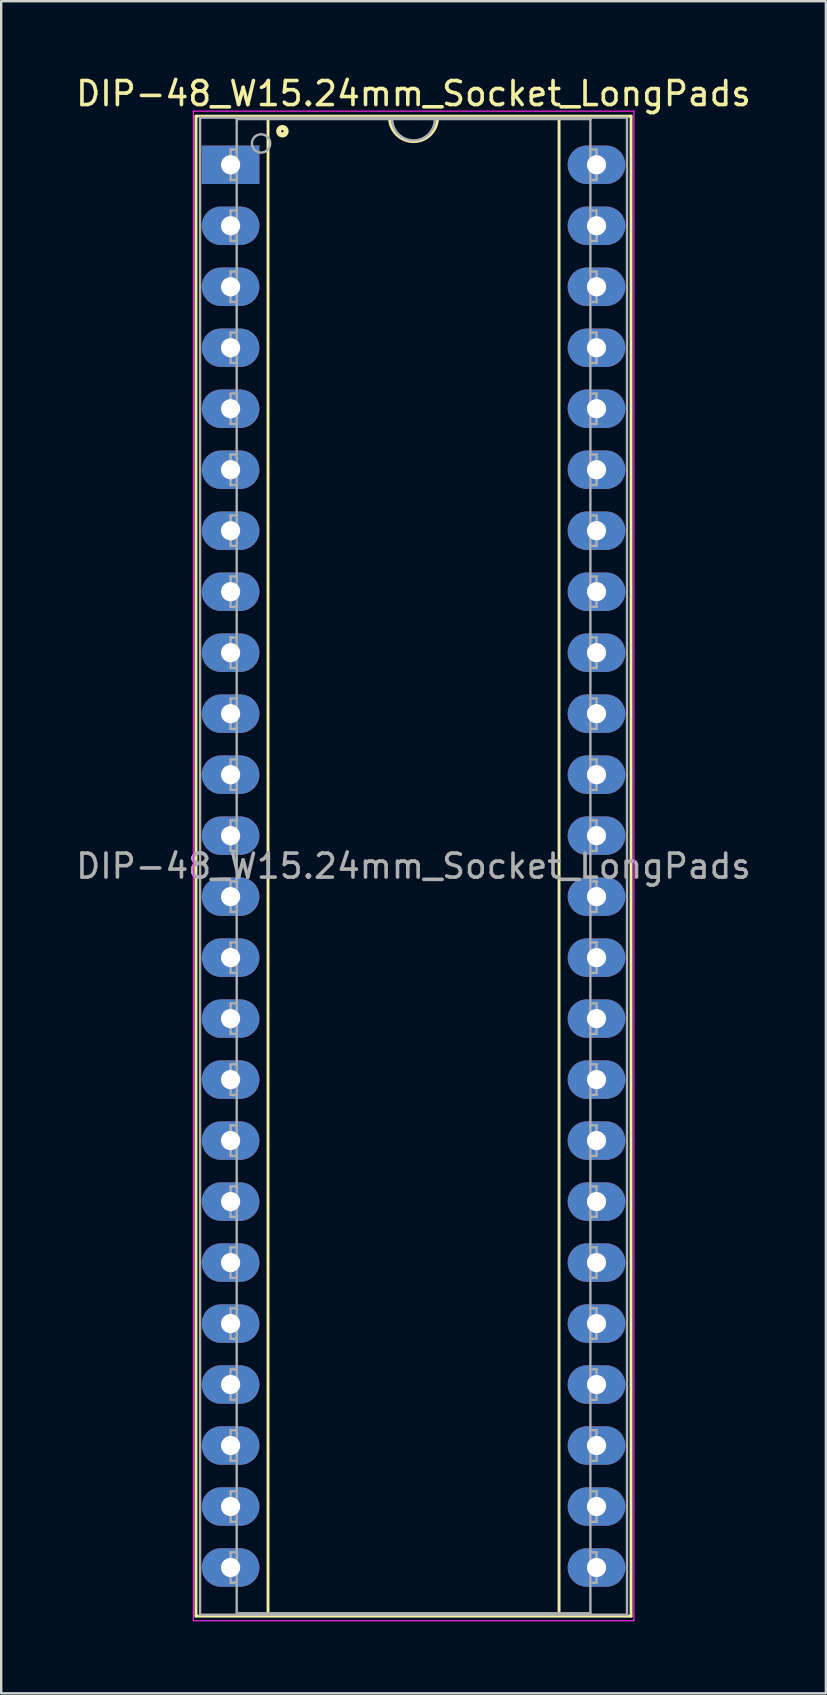
<source format=kicad_pcb>
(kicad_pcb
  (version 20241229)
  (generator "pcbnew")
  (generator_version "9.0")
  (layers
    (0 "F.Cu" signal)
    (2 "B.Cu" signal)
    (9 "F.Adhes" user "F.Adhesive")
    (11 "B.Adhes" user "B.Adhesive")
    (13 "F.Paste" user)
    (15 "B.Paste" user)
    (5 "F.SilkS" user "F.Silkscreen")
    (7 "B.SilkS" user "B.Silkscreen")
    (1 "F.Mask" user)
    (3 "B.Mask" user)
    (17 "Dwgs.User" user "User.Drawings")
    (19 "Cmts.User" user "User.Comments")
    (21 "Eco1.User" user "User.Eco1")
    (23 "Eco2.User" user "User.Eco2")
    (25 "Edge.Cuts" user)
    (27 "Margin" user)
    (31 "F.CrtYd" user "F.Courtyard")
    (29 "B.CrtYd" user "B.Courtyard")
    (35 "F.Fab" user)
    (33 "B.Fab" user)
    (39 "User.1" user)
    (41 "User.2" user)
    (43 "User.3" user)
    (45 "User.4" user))
  (footprint "DIP-48_W15.24mm_Socket_LongPads"
    (layer "F.Cu")
    (at 6.553 3.813)
    (property "Reference" "DIP-48_W15.24mm_Socket_LongPads" (at 7.62 -2.965 0) (layer "F.SilkS") (effects (font (size 1 1) (thickness 0.15))))
    (attr through_hole)
    (fp_line (start -1.44 -2.025) (end -1.44 60.445) (stroke (width 0.12) (type solid)) (layer "F.SilkS"))
    (fp_line (start -1.44 60.445) (end 16.68 60.445) (stroke (width 0.12) (type solid)) (layer "F.SilkS"))
    (fp_line (start 1.56 -1.965) (end 1.56 60.385) (stroke (width 0.12) (type solid)) (layer "F.SilkS"))
    (fp_line (start 1.56 60.385) (end 13.68 60.385) (stroke (width 0.12) (type solid)) (layer "F.SilkS"))
    (fp_line (start 6.62 -1.965) (end 1.56 -1.965) (stroke (width 0.12) (type solid)) (layer "F.SilkS"))
    (fp_line (start 13.68 -1.965) (end 8.62 -1.965) (stroke (width 0.12) (type solid)) (layer "F.SilkS"))
    (fp_line (start 13.68 60.385) (end 13.68 -1.965) (stroke (width 0.12) (type solid)) (layer "F.SilkS"))
    (fp_line (start 16.68 -2.025) (end -1.44 -2.025) (stroke (width 0.12) (type solid)) (layer "F.SilkS"))
    (fp_line (start 16.68 60.445) (end 16.68 -2.025) (stroke (width 0.12) (type solid)) (layer "F.SilkS"))
    (fp_arc (start 8.62 -1.965) (mid 7.62 -0.965) (end 6.62 -1.965) (stroke (width 0.12) (type solid)) (layer "F.SilkS"))
    (fp_circle (center 2.159 -1.397) (end 2.209 -1.397) (stroke (width 0.12) (type solid)) (fill no) (layer "F.SilkS"))
    (fp_circle (center 2.159 -1.397) (end 2.284 -1.397) (stroke (width 0.12) (type solid)) (fill no) (layer "F.SilkS"))
    (fp_circle (center 2.159 -1.397) (end 2.359 -1.397) (stroke (width 0.12) (type solid)) (fill no) (layer "F.SilkS"))
    (fp_line (start -1.55 -2.235) (end -1.55 60.635) (stroke (width 0.05) (type solid)) (layer "F.CrtYd"))
    (fp_line (start -1.55 60.635) (end 16.8 60.635) (stroke (width 0.05) (type solid)) (layer "F.CrtYd"))
    (fp_line (start 16.8 -2.235) (end -1.55 -2.235) (stroke (width 0.05) (type solid)) (layer "F.CrtYd"))
    (fp_line (start 16.8 60.635) (end 16.8 -2.235) (stroke (width 0.05) (type solid)) (layer "F.CrtYd"))
    (fp_line (start -1.27 -1.965) (end -1.27 60.385) (stroke (width 0.1) (type solid)) (layer "F.Fab"))
    (fp_line (start -1.27 60.385) (end 16.51 60.385) (stroke (width 0.1) (type solid)) (layer "F.Fab"))
    (fp_line (start 0 -0.635) (end 0 0.635) (stroke (width 0.1) (type solid)) (layer "F.Fab"))
    (fp_line (start 0 -0.635) (end 0.254 -0.635) (stroke (width 0.1) (type solid)) (layer "F.Fab"))
    (fp_line (start 0 0.635) (end 0.254 0.635) (stroke (width 0.1) (type solid)) (layer "F.Fab"))
    (fp_line (start 0 1.905) (end 0 3.175) (stroke (width 0.1) (type solid)) (layer "F.Fab"))
    (fp_line (start 0 1.905) (end 0.254 1.905) (stroke (width 0.1) (type solid)) (layer "F.Fab"))
    (fp_line (start 0 3.175) (end 0.254 3.175) (stroke (width 0.1) (type solid)) (layer "F.Fab"))
    (fp_line (start 0 4.445) (end 0 5.715) (stroke (width 0.1) (type solid)) (layer "F.Fab"))
    (fp_line (start 0 4.445) (end 0.254 4.445) (stroke (width 0.1) (type solid)) (layer "F.Fab"))
    (fp_line (start 0 5.715) (end 0.254 5.715) (stroke (width 0.1) (type solid)) (layer "F.Fab"))
    (fp_line (start 0 6.985) (end 0 8.255) (stroke (width 0.1) (type solid)) (layer "F.Fab"))
    (fp_line (start 0 6.985) (end 0.254 6.985) (stroke (width 0.1) (type solid)) (layer "F.Fab"))
    (fp_line (start 0 8.255) (end 0.254 8.255) (stroke (width 0.1) (type solid)) (layer "F.Fab"))
    (fp_line (start 0 9.525) (end 0 10.795) (stroke (width 0.1) (type solid)) (layer "F.Fab"))
    (fp_line (start 0 9.525) (end 0.254 9.525) (stroke (width 0.1) (type solid)) (layer "F.Fab"))
    (fp_line (start 0 10.795) (end 0.254 10.795) (stroke (width 0.1) (type solid)) (layer "F.Fab"))
    (fp_line (start 0 12.065) (end 0 13.335) (stroke (width 0.1) (type solid)) (layer "F.Fab"))
    (fp_line (start 0 12.065) (end 0.254 12.065) (stroke (width 0.1) (type solid)) (layer "F.Fab"))
    (fp_line (start 0 13.335) (end 0.254 13.335) (stroke (width 0.1) (type solid)) (layer "F.Fab"))
    (fp_line (start 0 14.605) (end 0 15.875) (stroke (width 0.1) (type solid)) (layer "F.Fab"))
    (fp_line (start 0 14.605) (end 0.254 14.605) (stroke (width 0.1) (type solid)) (layer "F.Fab"))
    (fp_line (start 0 15.875) (end 0.254 15.875) (stroke (width 0.1) (type solid)) (layer "F.Fab"))
    (fp_line (start 0 17.145) (end 0 18.415) (stroke (width 0.1) (type solid)) (layer "F.Fab"))
    (fp_line (start 0 17.145) (end 0.254 17.145) (stroke (width 0.1) (type solid)) (layer "F.Fab"))
    (fp_line (start 0 18.415) (end 0.254 18.415) (stroke (width 0.1) (type solid)) (layer "F.Fab"))
    (fp_line (start 0 19.685) (end 0 20.955) (stroke (width 0.1) (type solid)) (layer "F.Fab"))
    (fp_line (start 0 19.685) (end 0.254 19.685) (stroke (width 0.1) (type solid)) (layer "F.Fab"))
    (fp_line (start 0 20.955) (end 0.254 20.955) (stroke (width 0.1) (type solid)) (layer "F.Fab"))
    (fp_line (start 0 22.225) (end 0 23.495) (stroke (width 0.1) (type solid)) (layer "F.Fab"))
    (fp_line (start 0 22.225) (end 0.254 22.225) (stroke (width 0.1) (type solid)) (layer "F.Fab"))
    (fp_line (start 0 23.495) (end 0.254 23.495) (stroke (width 0.1) (type solid)) (layer "F.Fab"))
    (fp_line (start 0 24.765) (end 0 26.035) (stroke (width 0.1) (type solid)) (layer "F.Fab"))
    (fp_line (start 0 24.765) (end 0.254 24.765) (stroke (width 0.1) (type solid)) (layer "F.Fab"))
    (fp_line (start 0 26.035) (end 0.254 26.035) (stroke (width 0.1) (type solid)) (layer "F.Fab"))
    (fp_line (start 0 27.305) (end 0 28.575) (stroke (width 0.1) (type solid)) (layer "F.Fab"))
    (fp_line (start 0 27.305) (end 0.254 27.305) (stroke (width 0.1) (type solid)) (layer "F.Fab"))
    (fp_line (start 0 28.575) (end 0.254 28.575) (stroke (width 0.1) (type solid)) (layer "F.Fab"))
    (fp_line (start 0 29.845) (end 0 31.115) (stroke (width 0.1) (type solid)) (layer "F.Fab"))
    (fp_line (start 0 29.845) (end 0.254 29.845) (stroke (width 0.1) (type solid)) (layer "F.Fab"))
    (fp_line (start 0 31.115) (end 0.254 31.115) (stroke (width 0.1) (type solid)) (layer "F.Fab"))
    (fp_line (start 0 32.385) (end 0 33.655) (stroke (width 0.1) (type solid)) (layer "F.Fab"))
    (fp_line (start 0 32.385) (end 0.254 32.385) (stroke (width 0.1) (type solid)) (layer "F.Fab"))
    (fp_line (start 0 33.655) (end 0.254 33.655) (stroke (width 0.1) (type solid)) (layer "F.Fab"))
    (fp_line (start 0 34.925) (end 0 36.195) (stroke (width 0.1) (type solid)) (layer "F.Fab"))
    (fp_line (start 0 34.925) (end 0.254 34.925) (stroke (width 0.1) (type solid)) (layer "F.Fab"))
    (fp_line (start 0 36.195) (end 0.254 36.195) (stroke (width 0.1) (type solid)) (layer "F.Fab"))
    (fp_line (start 0 37.465) (end 0 38.735) (stroke (width 0.1) (type solid)) (layer "F.Fab"))
    (fp_line (start 0 37.465) (end 0.254 37.465) (stroke (width 0.1) (type solid)) (layer "F.Fab"))
    (fp_line (start 0 38.735) (end 0.254 38.735) (stroke (width 0.1) (type solid)) (layer "F.Fab"))
    (fp_line (start 0 40.005) (end 0 41.275) (stroke (width 0.1) (type solid)) (layer "F.Fab"))
    (fp_line (start 0 40.005) (end 0.254 40.005) (stroke (width 0.1) (type solid)) (layer "F.Fab"))
    (fp_line (start 0 41.275) (end 0.254 41.275) (stroke (width 0.1) (type solid)) (layer "F.Fab"))
    (fp_line (start 0 42.545) (end 0 43.815) (stroke (width 0.1) (type solid)) (layer "F.Fab"))
    (fp_line (start 0 42.545) (end 0.254 42.545) (stroke (width 0.1) (type solid)) (layer "F.Fab"))
    (fp_line (start 0 43.815) (end 0.254 43.815) (stroke (width 0.1) (type solid)) (layer "F.Fab"))
    (fp_line (start 0 45.085) (end 0 46.355) (stroke (width 0.1) (type solid)) (layer "F.Fab"))
    (fp_line (start 0 45.085) (end 0.254 45.085) (stroke (width 0.1) (type solid)) (layer "F.Fab"))
    (fp_line (start 0 46.355) (end 0.254 46.355) (stroke (width 0.1) (type solid)) (layer "F.Fab"))
    (fp_line (start 0 47.625) (end 0 48.895) (stroke (width 0.1) (type solid)) (layer "F.Fab"))
    (fp_line (start 0 47.625) (end 0.254 47.625) (stroke (width 0.1) (type solid)) (layer "F.Fab"))
    (fp_line (start 0 48.895) (end 0.254 48.895) (stroke (width 0.1) (type solid)) (layer "F.Fab"))
    (fp_line (start 0 50.165) (end 0 51.435) (stroke (width 0.1) (type solid)) (layer "F.Fab"))
    (fp_line (start 0 50.165) (end 0.254 50.165) (stroke (width 0.1) (type solid)) (layer "F.Fab"))
    (fp_line (start 0 51.435) (end 0.254 51.435) (stroke (width 0.1) (type solid)) (layer "F.Fab"))
    (fp_line (start 0 52.705) (end 0 53.975) (stroke (width 0.1) (type solid)) (layer "F.Fab"))
    (fp_line (start 0 52.705) (end 0.254 52.705) (stroke (width 0.1) (type solid)) (layer "F.Fab"))
    (fp_line (start 0 53.975) (end 0.254 53.975) (stroke (width 0.1) (type solid)) (layer "F.Fab"))
    (fp_line (start 0 55.245) (end 0 56.515) (stroke (width 0.1) (type solid)) (layer "F.Fab"))
    (fp_line (start 0 55.245) (end 0.254 55.245) (stroke (width 0.1) (type solid)) (layer "F.Fab"))
    (fp_line (start 0 56.515) (end 0.254 56.515) (stroke (width 0.1) (type solid)) (layer "F.Fab"))
    (fp_line (start 0 57.785) (end 0 59.055) (stroke (width 0.1) (type solid)) (layer "F.Fab"))
    (fp_line (start 0 57.785) (end 0.254 57.785) (stroke (width 0.1) (type solid)) (layer "F.Fab"))
    (fp_line (start 0 59.055) (end 0.254 59.055) (stroke (width 0.1) (type solid)) (layer "F.Fab"))
    (fp_line (start 0.255 -1.905) (end 14.985 -1.905) (stroke (width 0.1) (type solid)) (layer "F.Fab"))
    (fp_line (start 0.255 60.325) (end 0.255 -1.905) (stroke (width 0.1) (type solid)) (layer "F.Fab"))
    (fp_line (start 14.985 -1.905) (end 14.985 60.325) (stroke (width 0.1) (type solid)) (layer "F.Fab"))
    (fp_line (start 14.985 60.325) (end 0.255 60.325) (stroke (width 0.1) (type solid)) (layer "F.Fab"))
    (fp_line (start 15.24 -0.635) (end 14.986 -0.635) (stroke (width 0.1) (type solid)) (layer "F.Fab"))
    (fp_line (start 15.24 0.635) (end 14.986 0.635) (stroke (width 0.1) (type solid)) (layer "F.Fab"))
    (fp_line (start 15.24 0.635) (end 15.24 -0.635) (stroke (width 0.1) (type solid)) (layer "F.Fab"))
    (fp_line (start 15.24 1.905) (end 14.986 1.905) (stroke (width 0.1) (type solid)) (layer "F.Fab"))
    (fp_line (start 15.24 3.175) (end 14.986 3.175) (stroke (width 0.1) (type solid)) (layer "F.Fab"))
    (fp_line (start 15.24 3.175) (end 15.24 1.905) (stroke (width 0.1) (type solid)) (layer "F.Fab"))
    (fp_line (start 15.24 4.445) (end 14.986 4.445) (stroke (width 0.1) (type solid)) (layer "F.Fab"))
    (fp_line (start 15.24 5.715) (end 14.986 5.715) (stroke (width 0.1) (type solid)) (layer "F.Fab"))
    (fp_line (start 15.24 5.715) (end 15.24 4.445) (stroke (width 0.1) (type solid)) (layer "F.Fab"))
    (fp_line (start 15.24 6.985) (end 14.986 6.985) (stroke (width 0.1) (type solid)) (layer "F.Fab"))
    (fp_line (start 15.24 8.255) (end 14.986 8.255) (stroke (width 0.1) (type solid)) (layer "F.Fab"))
    (fp_line (start 15.24 8.255) (end 15.24 6.985) (stroke (width 0.1) (type solid)) (layer "F.Fab"))
    (fp_line (start 15.24 9.525) (end 14.986 9.525) (stroke (width 0.1) (type solid)) (layer "F.Fab"))
    (fp_line (start 15.24 10.795) (end 14.986 10.795) (stroke (width 0.1) (type solid)) (layer "F.Fab"))
    (fp_line (start 15.24 10.795) (end 15.24 9.525) (stroke (width 0.1) (type solid)) (layer "F.Fab"))
    (fp_line (start 15.24 12.065) (end 14.986 12.065) (stroke (width 0.1) (type solid)) (layer "F.Fab"))
    (fp_line (start 15.24 13.335) (end 14.986 13.335) (stroke (width 0.1) (type solid)) (layer "F.Fab"))
    (fp_line (start 15.24 13.335) (end 15.24 12.065) (stroke (width 0.1) (type solid)) (layer "F.Fab"))
    (fp_line (start 15.24 14.605) (end 14.986 14.605) (stroke (width 0.1) (type solid)) (layer "F.Fab"))
    (fp_line (start 15.24 15.875) (end 14.986 15.875) (stroke (width 0.1) (type solid)) (layer "F.Fab"))
    (fp_line (start 15.24 15.875) (end 15.24 14.605) (stroke (width 0.1) (type solid)) (layer "F.Fab"))
    (fp_line (start 15.24 17.145) (end 14.986 17.145) (stroke (width 0.1) (type solid)) (layer "F.Fab"))
    (fp_line (start 15.24 18.415) (end 14.986 18.415) (stroke (width 0.1) (type solid)) (layer "F.Fab"))
    (fp_line (start 15.24 18.415) (end 15.24 17.145) (stroke (width 0.1) (type solid)) (layer "F.Fab"))
    (fp_line (start 15.24 19.685) (end 14.986 19.685) (stroke (width 0.1) (type solid)) (layer "F.Fab"))
    (fp_line (start 15.24 20.955) (end 14.986 20.955) (stroke (width 0.1) (type solid)) (layer "F.Fab"))
    (fp_line (start 15.24 20.955) (end 15.24 19.685) (stroke (width 0.1) (type solid)) (layer "F.Fab"))
    (fp_line (start 15.24 22.225) (end 14.986 22.225) (stroke (width 0.1) (type solid)) (layer "F.Fab"))
    (fp_line (start 15.24 23.495) (end 14.986 23.495) (stroke (width 0.1) (type solid)) (layer "F.Fab"))
    (fp_line (start 15.24 23.495) (end 15.24 22.225) (stroke (width 0.1) (type solid)) (layer "F.Fab"))
    (fp_line (start 15.24 24.765) (end 14.986 24.765) (stroke (width 0.1) (type solid)) (layer "F.Fab"))
    (fp_line (start 15.24 26.035) (end 14.986 26.035) (stroke (width 0.1) (type solid)) (layer "F.Fab"))
    (fp_line (start 15.24 26.035) (end 15.24 24.765) (stroke (width 0.1) (type solid)) (layer "F.Fab"))
    (fp_line (start 15.24 27.305) (end 14.986 27.305) (stroke (width 0.1) (type solid)) (layer "F.Fab"))
    (fp_line (start 15.24 28.575) (end 14.986 28.575) (stroke (width 0.1) (type solid)) (layer "F.Fab"))
    (fp_line (start 15.24 28.575) (end 15.24 27.305) (stroke (width 0.1) (type solid)) (layer "F.Fab"))
    (fp_line (start 15.24 29.845) (end 14.986 29.845) (stroke (width 0.1) (type solid)) (layer "F.Fab"))
    (fp_line (start 15.24 31.115) (end 14.986 31.115) (stroke (width 0.1) (type solid)) (layer "F.Fab"))
    (fp_line (start 15.24 31.115) (end 15.24 29.845) (stroke (width 0.1) (type solid)) (layer "F.Fab"))
    (fp_line (start 15.24 32.385) (end 14.986 32.385) (stroke (width 0.1) (type solid)) (layer "F.Fab"))
    (fp_line (start 15.24 33.655) (end 14.986 33.655) (stroke (width 0.1) (type solid)) (layer "F.Fab"))
    (fp_line (start 15.24 33.655) (end 15.24 32.385) (stroke (width 0.1) (type solid)) (layer "F.Fab"))
    (fp_line (start 15.24 34.925) (end 14.986 34.925) (stroke (width 0.1) (type solid)) (layer "F.Fab"))
    (fp_line (start 15.24 36.195) (end 14.986 36.195) (stroke (width 0.1) (type solid)) (layer "F.Fab"))
    (fp_line (start 15.24 36.195) (end 15.24 34.925) (stroke (width 0.1) (type solid)) (layer "F.Fab"))
    (fp_line (start 15.24 37.465) (end 14.986 37.465) (stroke (width 0.1) (type solid)) (layer "F.Fab"))
    (fp_line (start 15.24 38.735) (end 14.986 38.735) (stroke (width 0.1) (type solid)) (layer "F.Fab"))
    (fp_line (start 15.24 38.735) (end 15.24 37.465) (stroke (width 0.1) (type solid)) (layer "F.Fab"))
    (fp_line (start 15.24 40.005) (end 14.986 40.005) (stroke (width 0.1) (type solid)) (layer "F.Fab"))
    (fp_line (start 15.24 41.275) (end 14.986 41.275) (stroke (width 0.1) (type solid)) (layer "F.Fab"))
    (fp_line (start 15.24 41.275) (end 15.24 40.005) (stroke (width 0.1) (type solid)) (layer "F.Fab"))
    (fp_line (start 15.24 42.545) (end 14.986 42.545) (stroke (width 0.1) (type solid)) (layer "F.Fab"))
    (fp_line (start 15.24 43.815) (end 14.986 43.815) (stroke (width 0.1) (type solid)) (layer "F.Fab"))
    (fp_line (start 15.24 43.815) (end 15.24 42.545) (stroke (width 0.1) (type solid)) (layer "F.Fab"))
    (fp_line (start 15.24 45.085) (end 14.986 45.085) (stroke (width 0.1) (type solid)) (layer "F.Fab"))
    (fp_line (start 15.24 46.355) (end 14.986 46.355) (stroke (width 0.1) (type solid)) (layer "F.Fab"))
    (fp_line (start 15.24 46.355) (end 15.24 45.085) (stroke (width 0.1) (type solid)) (layer "F.Fab"))
    (fp_line (start 15.24 47.625) (end 14.986 47.625) (stroke (width 0.1) (type solid)) (layer "F.Fab"))
    (fp_line (start 15.24 48.895) (end 14.986 48.895) (stroke (width 0.1) (type solid)) (layer "F.Fab"))
    (fp_line (start 15.24 48.895) (end 15.24 47.625) (stroke (width 0.1) (type solid)) (layer "F.Fab"))
    (fp_line (start 15.24 50.165) (end 14.986 50.165) (stroke (width 0.1) (type solid)) (layer "F.Fab"))
    (fp_line (start 15.24 51.435) (end 14.986 51.435) (stroke (width 0.1) (type solid)) (layer "F.Fab"))
    (fp_line (start 15.24 51.435) (end 15.24 50.165) (stroke (width 0.1) (type solid)) (layer "F.Fab"))
    (fp_line (start 15.24 52.705) (end 14.986 52.705) (stroke (width 0.1) (type solid)) (layer "F.Fab"))
    (fp_line (start 15.24 53.975) (end 14.986 53.975) (stroke (width 0.1) (type solid)) (layer "F.Fab"))
    (fp_line (start 15.24 53.975) (end 15.24 52.705) (stroke (width 0.1) (type solid)) (layer "F.Fab"))
    (fp_line (start 15.24 55.245) (end 14.986 55.245) (stroke (width 0.1) (type solid)) (layer "F.Fab"))
    (fp_line (start 15.24 56.515) (end 14.986 56.515) (stroke (width 0.1) (type solid)) (layer "F.Fab"))
    (fp_line (start 15.24 56.515) (end 15.24 55.245) (stroke (width 0.1) (type solid)) (layer "F.Fab"))
    (fp_line (start 15.24 57.785) (end 14.986 57.785) (stroke (width 0.1) (type solid)) (layer "F.Fab"))
    (fp_line (start 15.24 59.055) (end 14.986 59.055) (stroke (width 0.1) (type solid)) (layer "F.Fab"))
    (fp_line (start 15.24 59.055) (end 15.24 57.785) (stroke (width 0.1) (type solid)) (layer "F.Fab"))
    (fp_line (start 16.51 -1.965) (end -1.27 -1.965) (stroke (width 0.1) (type solid)) (layer "F.Fab"))
    (fp_line (start 16.51 60.385) (end 16.51 -1.965) (stroke (width 0.1) (type solid)) (layer "F.Fab"))
    (fp_arc (start 8.509 -1.905) (mid 7.62 -1.016) (end 6.731 -1.905) (stroke (width 0.1) (type solid)) (layer "F.Fab"))
    (fp_circle (center 1.27 -0.889) (end 1.651 -0.889) (stroke (width 0.1) (type solid)) (fill no) (layer "F.Fab"))
    (fp_text user "${REFERENCE}" (at 7.62 29.21 0) (layer "F.Fab") (effects (font (size 1 1) (thickness 0.15))))
    (pad "1" thru_hole rect (at 0 0) (size 2.4 1.6) (drill 0.8) (layers "*.Cu" "*.Mask"))
    (pad "2" thru_hole oval (at 0 2.54) (size 2.4 1.6) (drill 0.8) (layers "*.Cu" "*.Mask"))
    (pad "3" thru_hole oval (at 0 5.08) (size 2.4 1.6) (drill 0.8) (layers "*.Cu" "*.Mask"))
    (pad "4" thru_hole oval (at 0 7.62) (size 2.4 1.6) (drill 0.8) (layers "*.Cu" "*.Mask"))
    (pad "5" thru_hole oval (at 0 10.16) (size 2.4 1.6) (drill 0.8) (layers "*.Cu" "*.Mask"))
    (pad "6" thru_hole oval (at 0 12.7) (size 2.4 1.6) (drill 0.8) (layers "*.Cu" "*.Mask"))
    (pad "7" thru_hole oval (at 0 15.24) (size 2.4 1.6) (drill 0.8) (layers "*.Cu" "*.Mask"))
    (pad "8" thru_hole oval (at 0 17.78) (size 2.4 1.6) (drill 0.8) (layers "*.Cu" "*.Mask"))
    (pad "9" thru_hole oval (at 0 20.32) (size 2.4 1.6) (drill 0.8) (layers "*.Cu" "*.Mask"))
    (pad "10" thru_hole oval (at 0 22.86) (size 2.4 1.6) (drill 0.8) (layers "*.Cu" "*.Mask"))
    (pad "11" thru_hole oval (at 0 25.4) (size 2.4 1.6) (drill 0.8) (layers "*.Cu" "*.Mask"))
    (pad "12" thru_hole oval (at 0 27.94) (size 2.4 1.6) (drill 0.8) (layers "*.Cu" "*.Mask"))
    (pad "13" thru_hole oval (at 0 30.48) (size 2.4 1.6) (drill 0.8) (layers "*.Cu" "*.Mask"))
    (pad "14" thru_hole oval (at 0 33.02) (size 2.4 1.6) (drill 0.8) (layers "*.Cu" "*.Mask"))
    (pad "15" thru_hole oval (at 0 35.56) (size 2.4 1.6) (drill 0.8) (layers "*.Cu" "*.Mask"))
    (pad "16" thru_hole oval (at 0 38.1) (size 2.4 1.6) (drill 0.8) (layers "*.Cu" "*.Mask"))
    (pad "17" thru_hole oval (at 0 40.64) (size 2.4 1.6) (drill 0.8) (layers "*.Cu" "*.Mask"))
    (pad "18" thru_hole oval (at 0 43.18) (size 2.4 1.6) (drill 0.8) (layers "*.Cu" "*.Mask"))
    (pad "19" thru_hole oval (at 0 45.72) (size 2.4 1.6) (drill 0.8) (layers "*.Cu" "*.Mask"))
    (pad "20" thru_hole oval (at 0 48.26) (size 2.4 1.6) (drill 0.8) (layers "*.Cu" "*.Mask"))
    (pad "21" thru_hole oval (at 0 50.8) (size 2.4 1.6) (drill 0.8) (layers "*.Cu" "*.Mask"))
    (pad "22" thru_hole oval (at 0 53.34) (size 2.4 1.6) (drill 0.8) (layers "*.Cu" "*.Mask"))
    (pad "23" thru_hole oval (at 0 55.88) (size 2.4 1.6) (drill 0.8) (layers "*.Cu" "*.Mask"))
    (pad "24" thru_hole oval (at 0 58.42) (size 2.4 1.6) (drill 0.8) (layers "*.Cu" "*.Mask"))
    (pad "25" thru_hole oval (at 15.24 58.42) (size 2.4 1.6) (drill 0.8) (layers "*.Cu" "*.Mask"))
    (pad "26" thru_hole oval (at 15.24 55.88) (size 2.4 1.6) (drill 0.8) (layers "*.Cu" "*.Mask"))
    (pad "27" thru_hole oval (at 15.24 53.34) (size 2.4 1.6) (drill 0.8) (layers "*.Cu" "*.Mask"))
    (pad "28" thru_hole oval (at 15.24 50.8) (size 2.4 1.6) (drill 0.8) (layers "*.Cu" "*.Mask"))
    (pad "29" thru_hole oval (at 15.24 48.26) (size 2.4 1.6) (drill 0.8) (layers "*.Cu" "*.Mask"))
    (pad "30" thru_hole oval (at 15.24 45.72) (size 2.4 1.6) (drill 0.8) (layers "*.Cu" "*.Mask"))
    (pad "31" thru_hole oval (at 15.24 43.18) (size 2.4 1.6) (drill 0.8) (layers "*.Cu" "*.Mask"))
    (pad "32" thru_hole oval (at 15.24 40.64) (size 2.4 1.6) (drill 0.8) (layers "*.Cu" "*.Mask"))
    (pad "33" thru_hole oval (at 15.24 38.1) (size 2.4 1.6) (drill 0.8) (layers "*.Cu" "*.Mask"))
    (pad "34" thru_hole oval (at 15.24 35.56) (size 2.4 1.6) (drill 0.8) (layers "*.Cu" "*.Mask"))
    (pad "35" thru_hole oval (at 15.24 33.02) (size 2.4 1.6) (drill 0.8) (layers "*.Cu" "*.Mask"))
    (pad "36" thru_hole oval (at 15.24 30.48) (size 2.4 1.6) (drill 0.8) (layers "*.Cu" "*.Mask"))
    (pad "37" thru_hole oval (at 15.24 27.94) (size 2.4 1.6) (drill 0.8) (layers "*.Cu" "*.Mask"))
    (pad "38" thru_hole oval (at 15.24 25.4) (size 2.4 1.6) (drill 0.8) (layers "*.Cu" "*.Mask"))
    (pad "39" thru_hole oval (at 15.24 22.86) (size 2.4 1.6) (drill 0.8) (layers "*.Cu" "*.Mask"))
    (pad "40" thru_hole oval (at 15.24 20.32) (size 2.4 1.6) (drill 0.8) (layers "*.Cu" "*.Mask"))
    (pad "41" thru_hole oval (at 15.24 17.78) (size 2.4 1.6) (drill 0.8) (layers "*.Cu" "*.Mask"))
    (pad "42" thru_hole oval (at 15.24 15.24) (size 2.4 1.6) (drill 0.8) (layers "*.Cu" "*.Mask"))
    (pad "43" thru_hole oval (at 15.24 12.7) (size 2.4 1.6) (drill 0.8) (layers "*.Cu" "*.Mask"))
    (pad "44" thru_hole oval (at 15.24 10.16) (size 2.4 1.6) (drill 0.8) (layers "*.Cu" "*.Mask"))
    (pad "45" thru_hole oval (at 15.24 7.62) (size 2.4 1.6) (drill 0.8) (layers "*.Cu" "*.Mask"))
    (pad "46" thru_hole oval (at 15.24 5.08) (size 2.4 1.6) (drill 0.8) (layers "*.Cu" "*.Mask"))
    (pad "47" thru_hole oval (at 15.24 2.54) (size 2.4 1.6) (drill 0.8) (layers "*.Cu" "*.Mask"))
    (pad "48" thru_hole oval (at 15.24 0) (size 2.4 1.6) (drill 0.8) (layers "*.Cu" "*.Mask")))
  (gr_rect
    (start -3 -3)
    (end 31.345 67.473)
    (stroke (width 0.1) (type default))
    (fill no)
    (layer "Edge.Cuts")))
</source>
